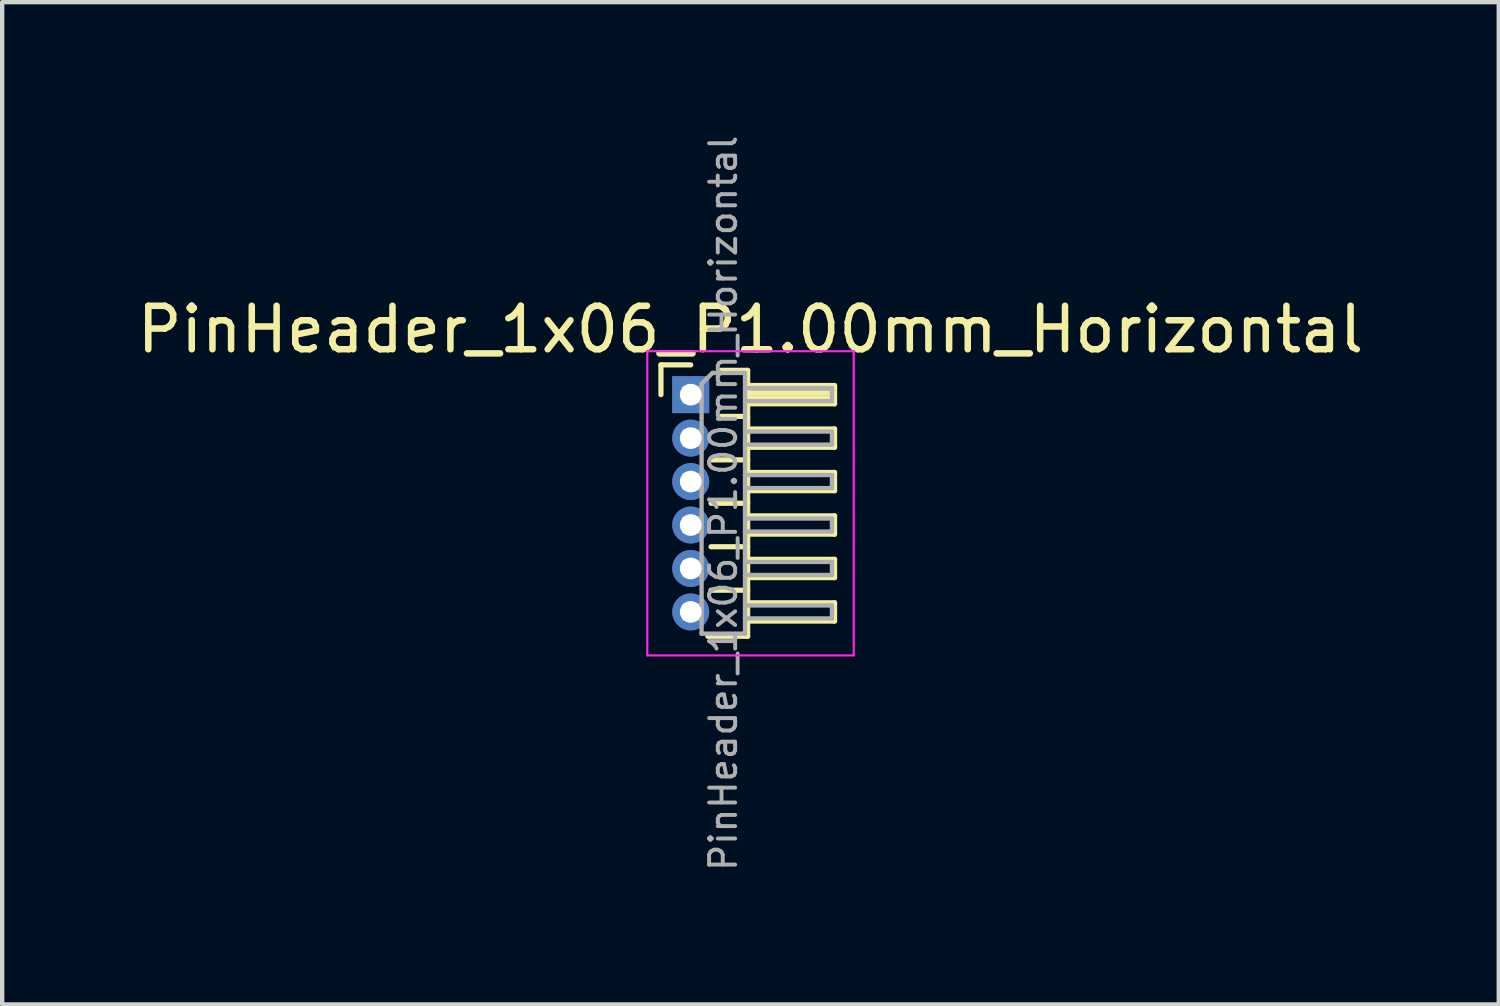
<source format=kicad_pcb>
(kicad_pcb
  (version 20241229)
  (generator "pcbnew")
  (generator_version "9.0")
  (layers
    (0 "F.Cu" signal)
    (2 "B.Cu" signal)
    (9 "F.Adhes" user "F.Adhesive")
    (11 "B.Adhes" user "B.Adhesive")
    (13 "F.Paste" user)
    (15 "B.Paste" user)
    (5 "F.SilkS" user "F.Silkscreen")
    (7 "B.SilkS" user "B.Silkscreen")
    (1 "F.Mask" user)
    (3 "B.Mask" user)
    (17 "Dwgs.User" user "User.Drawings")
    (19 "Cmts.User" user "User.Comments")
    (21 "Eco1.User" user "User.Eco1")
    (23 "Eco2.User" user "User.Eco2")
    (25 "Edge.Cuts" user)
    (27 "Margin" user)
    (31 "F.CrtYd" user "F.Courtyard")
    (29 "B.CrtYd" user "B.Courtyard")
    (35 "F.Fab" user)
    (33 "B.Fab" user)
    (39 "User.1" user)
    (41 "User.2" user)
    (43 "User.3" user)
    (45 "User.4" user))
  (footprint "PinHeader_1x06_P1.00mm_Horizontal"
    (layer "F.Cu")
    (at 12.845 6.032)
    (property "Reference" "PinHeader_1x06_P1.00mm_Horizontal" (at 1.375 -1.5 0) (layer "F.SilkS") (effects (font (size 1 1) (thickness 0.15))))
    (attr through_hole)
    (fp_line (start -0.685 -0.685) (end 0 -0.685) (stroke (width 0.12) (type solid)) (layer "F.SilkS"))
    (fp_line (start -0.685 0) (end -0.685 -0.685) (stroke (width 0.12) (type solid)) (layer "F.SilkS"))
    (fp_line (start 0.468 1.5) (end 1.31 1.5) (stroke (width 0.12) (type solid)) (layer "F.SilkS"))
    (fp_line (start 0.468 2.5) (end 1.31 2.5) (stroke (width 0.12) (type solid)) (layer "F.SilkS"))
    (fp_line (start 0.468 3.5) (end 1.31 3.5) (stroke (width 0.12) (type solid)) (layer "F.SilkS"))
    (fp_line (start 0.468 4.5) (end 1.31 4.5) (stroke (width 0.12) (type solid)) (layer "F.SilkS"))
    (fp_line (start 0.685 -0.56) (end 1.31 -0.56) (stroke (width 0.12) (type solid)) (layer "F.SilkS"))
    (fp_line (start 0.685 0.5) (end 1.31 0.5) (stroke (width 0.12) (type solid)) (layer "F.SilkS"))
    (fp_line (start 1.31 -0.56) (end 1.31 5.56) (stroke (width 0.12) (type solid)) (layer "F.SilkS"))
    (fp_line (start 1.31 -0.21) (end 3.31 -0.21) (stroke (width 0.12) (type solid)) (layer "F.SilkS"))
    (fp_line (start 1.31 -0.15) (end 3.31 -0.15) (stroke (width 0.12) (type solid)) (layer "F.SilkS"))
    (fp_line (start 1.31 -0.03) (end 3.31 -0.03) (stroke (width 0.12) (type solid)) (layer "F.SilkS"))
    (fp_line (start 1.31 0.09) (end 3.31 0.09) (stroke (width 0.12) (type solid)) (layer "F.SilkS"))
    (fp_line (start 1.31 0.79) (end 3.31 0.79) (stroke (width 0.12) (type solid)) (layer "F.SilkS"))
    (fp_line (start 1.31 1.79) (end 3.31 1.79) (stroke (width 0.12) (type solid)) (layer "F.SilkS"))
    (fp_line (start 1.31 2.79) (end 3.31 2.79) (stroke (width 0.12) (type solid)) (layer "F.SilkS"))
    (fp_line (start 1.31 3.79) (end 3.31 3.79) (stroke (width 0.12) (type solid)) (layer "F.SilkS"))
    (fp_line (start 1.31 4.79) (end 3.31 4.79) (stroke (width 0.12) (type solid)) (layer "F.SilkS"))
    (fp_line (start 1.31 5.56) (end 0.394 5.56) (stroke (width 0.12) (type solid)) (layer "F.SilkS"))
    (fp_line (start 3.31 -0.21) (end 3.31 0.21) (stroke (width 0.12) (type solid)) (layer "F.SilkS"))
    (fp_line (start 3.31 0.21) (end 1.31 0.21) (stroke (width 0.12) (type solid)) (layer "F.SilkS"))
    (fp_line (start 3.31 0.79) (end 3.31 1.21) (stroke (width 0.12) (type solid)) (layer "F.SilkS"))
    (fp_line (start 3.31 1.21) (end 1.31 1.21) (stroke (width 0.12) (type solid)) (layer "F.SilkS"))
    (fp_line (start 3.31 1.79) (end 3.31 2.21) (stroke (width 0.12) (type solid)) (layer "F.SilkS"))
    (fp_line (start 3.31 2.21) (end 1.31 2.21) (stroke (width 0.12) (type solid)) (layer "F.SilkS"))
    (fp_line (start 3.31 2.79) (end 3.31 3.21) (stroke (width 0.12) (type solid)) (layer "F.SilkS"))
    (fp_line (start 3.31 3.21) (end 1.31 3.21) (stroke (width 0.12) (type solid)) (layer "F.SilkS"))
    (fp_line (start 3.31 3.79) (end 3.31 4.21) (stroke (width 0.12) (type solid)) (layer "F.SilkS"))
    (fp_line (start 3.31 4.21) (end 1.31 4.21) (stroke (width 0.12) (type solid)) (layer "F.SilkS"))
    (fp_line (start 3.31 4.79) (end 3.31 5.21) (stroke (width 0.12) (type solid)) (layer "F.SilkS"))
    (fp_line (start 3.31 5.21) (end 1.31 5.21) (stroke (width 0.12) (type solid)) (layer "F.SilkS"))
    (fp_line (start -1 -1) (end -1 6) (stroke (width 0.05) (type solid)) (layer "F.CrtYd"))
    (fp_line (start -1 6) (end 3.75 6) (stroke (width 0.05) (type solid)) (layer "F.CrtYd"))
    (fp_line (start 3.75 -1) (end -1 -1) (stroke (width 0.05) (type solid)) (layer "F.CrtYd"))
    (fp_line (start 3.75 6) (end 3.75 -1) (stroke (width 0.05) (type solid)) (layer "F.CrtYd"))
    (fp_line (start -0.15 -0.15) (end -0.15 0.15) (stroke (width 0.1) (type solid)) (layer "F.Fab"))
    (fp_line (start -0.15 -0.15) (end 0.25 -0.15) (stroke (width 0.1) (type solid)) (layer "F.Fab"))
    (fp_line (start -0.15 0.15) (end 0.25 0.15) (stroke (width 0.1) (type solid)) (layer "F.Fab"))
    (fp_line (start -0.15 0.85) (end -0.15 1.15) (stroke (width 0.1) (type solid)) (layer "F.Fab"))
    (fp_line (start -0.15 0.85) (end 0.25 0.85) (stroke (width 0.1) (type solid)) (layer "F.Fab"))
    (fp_line (start -0.15 1.15) (end 0.25 1.15) (stroke (width 0.1) (type solid)) (layer "F.Fab"))
    (fp_line (start -0.15 1.85) (end -0.15 2.15) (stroke (width 0.1) (type solid)) (layer "F.Fab"))
    (fp_line (start -0.15 1.85) (end 0.25 1.85) (stroke (width 0.1) (type solid)) (layer "F.Fab"))
    (fp_line (start -0.15 2.15) (end 0.25 2.15) (stroke (width 0.1) (type solid)) (layer "F.Fab"))
    (fp_line (start -0.15 2.85) (end -0.15 3.15) (stroke (width 0.1) (type solid)) (layer "F.Fab"))
    (fp_line (start -0.15 2.85) (end 0.25 2.85) (stroke (width 0.1) (type solid)) (layer "F.Fab"))
    (fp_line (start -0.15 3.15) (end 0.25 3.15) (stroke (width 0.1) (type solid)) (layer "F.Fab"))
    (fp_line (start -0.15 3.85) (end -0.15 4.15) (stroke (width 0.1) (type solid)) (layer "F.Fab"))
    (fp_line (start -0.15 3.85) (end 0.25 3.85) (stroke (width 0.1) (type solid)) (layer "F.Fab"))
    (fp_line (start -0.15 4.15) (end 0.25 4.15) (stroke (width 0.1) (type solid)) (layer "F.Fab"))
    (fp_line (start -0.15 4.85) (end -0.15 5.15) (stroke (width 0.1) (type solid)) (layer "F.Fab"))
    (fp_line (start -0.15 4.85) (end 0.25 4.85) (stroke (width 0.1) (type solid)) (layer "F.Fab"))
    (fp_line (start -0.15 5.15) (end 0.25 5.15) (stroke (width 0.1) (type solid)) (layer "F.Fab"))
    (fp_line (start 0.25 -0.25) (end 0.5 -0.5) (stroke (width 0.1) (type solid)) (layer "F.Fab"))
    (fp_line (start 0.25 5.5) (end 0.25 -0.25) (stroke (width 0.1) (type solid)) (layer "F.Fab"))
    (fp_line (start 0.5 -0.5) (end 1.25 -0.5) (stroke (width 0.1) (type solid)) (layer "F.Fab"))
    (fp_line (start 1.25 -0.5) (end 1.25 5.5) (stroke (width 0.1) (type solid)) (layer "F.Fab"))
    (fp_line (start 1.25 -0.15) (end 3.25 -0.15) (stroke (width 0.1) (type solid)) (layer "F.Fab"))
    (fp_line (start 1.25 0.15) (end 3.25 0.15) (stroke (width 0.1) (type solid)) (layer "F.Fab"))
    (fp_line (start 1.25 0.85) (end 3.25 0.85) (stroke (width 0.1) (type solid)) (layer "F.Fab"))
    (fp_line (start 1.25 1.15) (end 3.25 1.15) (stroke (width 0.1) (type solid)) (layer "F.Fab"))
    (fp_line (start 1.25 1.85) (end 3.25 1.85) (stroke (width 0.1) (type solid)) (layer "F.Fab"))
    (fp_line (start 1.25 2.15) (end 3.25 2.15) (stroke (width 0.1) (type solid)) (layer "F.Fab"))
    (fp_line (start 1.25 2.85) (end 3.25 2.85) (stroke (width 0.1) (type solid)) (layer "F.Fab"))
    (fp_line (start 1.25 3.15) (end 3.25 3.15) (stroke (width 0.1) (type solid)) (layer "F.Fab"))
    (fp_line (start 1.25 3.85) (end 3.25 3.85) (stroke (width 0.1) (type solid)) (layer "F.Fab"))
    (fp_line (start 1.25 4.15) (end 3.25 4.15) (stroke (width 0.1) (type solid)) (layer "F.Fab"))
    (fp_line (start 1.25 4.85) (end 3.25 4.85) (stroke (width 0.1) (type solid)) (layer "F.Fab"))
    (fp_line (start 1.25 5.15) (end 3.25 5.15) (stroke (width 0.1) (type solid)) (layer "F.Fab"))
    (fp_line (start 1.25 5.5) (end 0.25 5.5) (stroke (width 0.1) (type solid)) (layer "F.Fab"))
    (fp_line (start 3.25 -0.15) (end 3.25 0.15) (stroke (width 0.1) (type solid)) (layer "F.Fab"))
    (fp_line (start 3.25 0.85) (end 3.25 1.15) (stroke (width 0.1) (type solid)) (layer "F.Fab"))
    (fp_line (start 3.25 1.85) (end 3.25 2.15) (stroke (width 0.1) (type solid)) (layer "F.Fab"))
    (fp_line (start 3.25 2.85) (end 3.25 3.15) (stroke (width 0.1) (type solid)) (layer "F.Fab"))
    (fp_line (start 3.25 3.85) (end 3.25 4.15) (stroke (width 0.1) (type solid)) (layer "F.Fab"))
    (fp_line (start 3.25 4.85) (end 3.25 5.15) (stroke (width 0.1) (type solid)) (layer "F.Fab"))
    (fp_text user "${REFERENCE}" (at 0.75 2.5 90) (layer "F.Fab") (effects (font (size 0.6 0.6) (thickness 0.09))))
    (pad "1" thru_hole rect (at 0 0) (size 0.85 0.85) (drill 0.5) (layers "*.Cu" "*.Mask"))
    (pad "2" thru_hole oval (at 0 1) (size 0.85 0.85) (drill 0.5) (layers "*.Cu" "*.Mask"))
    (pad "3" thru_hole oval (at 0 2) (size 0.85 0.85) (drill 0.5) (layers "*.Cu" "*.Mask"))
    (pad "4" thru_hole oval (at 0 3) (size 0.85 0.85) (drill 0.5) (layers "*.Cu" "*.Mask"))
    (pad "5" thru_hole oval (at 0 4) (size 0.85 0.85) (drill 0.5) (layers "*.Cu" "*.Mask"))
    (pad "6" thru_hole oval (at 0 5) (size 0.85 0.85) (drill 0.5) (layers "*.Cu" "*.Mask")))
  (gr_rect
    (start -3 -3)
    (end 31.44 20.064)
    (stroke (width 0.1) (type default))
    (fill no)
    (layer "Edge.Cuts")))
</source>
